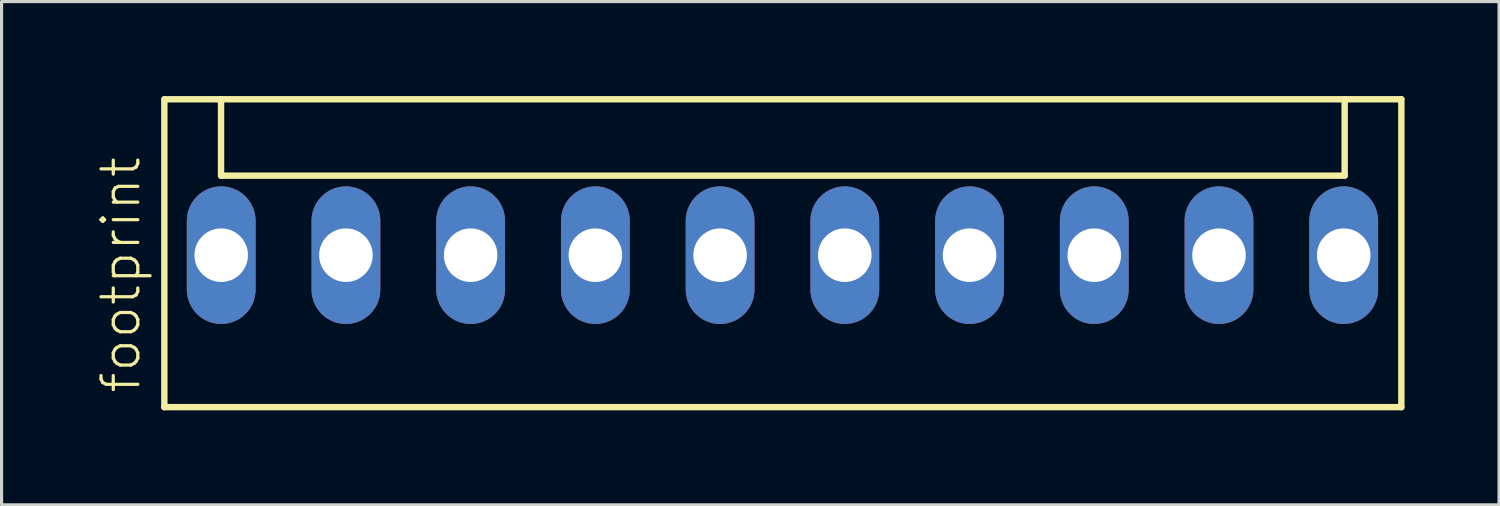
<source format=kicad_pcb>
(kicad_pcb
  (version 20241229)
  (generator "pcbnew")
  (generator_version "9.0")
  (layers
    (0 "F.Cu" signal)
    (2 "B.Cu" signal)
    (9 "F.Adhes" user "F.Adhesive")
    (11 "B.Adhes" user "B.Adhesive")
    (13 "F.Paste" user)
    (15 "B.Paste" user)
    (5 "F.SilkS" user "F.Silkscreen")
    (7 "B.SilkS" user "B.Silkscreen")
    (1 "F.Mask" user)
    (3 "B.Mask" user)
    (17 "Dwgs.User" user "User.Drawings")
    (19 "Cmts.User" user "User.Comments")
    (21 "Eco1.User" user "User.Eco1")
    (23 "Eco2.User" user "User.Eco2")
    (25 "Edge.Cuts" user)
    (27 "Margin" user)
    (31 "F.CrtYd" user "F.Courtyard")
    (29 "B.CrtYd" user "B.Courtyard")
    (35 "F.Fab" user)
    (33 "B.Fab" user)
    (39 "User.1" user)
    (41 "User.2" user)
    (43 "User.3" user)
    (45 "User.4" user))
  (footprint "footprint"
    (layer "F.Cu")
    (at 21.793 5.052)
    (property "Reference" "footprint" (at -20.32 4.445 90) (layer "F.SilkS") (effects (font (size 1.168 1.168) (thickness 0.102)) (justify left bottom)))
    (fp_line (start -19.625 -4.95) (end -19.625 4.825) (stroke (width 0.203) (type solid)) (layer "F.SilkS"))
    (fp_line (start -19.625 4.825) (end 19.65 4.825) (stroke (width 0.203) (type solid)) (layer "F.SilkS"))
    (fp_line (start -17.825 -4.95) (end -19.625 -4.95) (stroke (width 0.203) (type solid)) (layer "F.SilkS"))
    (fp_line (start -17.825 -2.525) (end -17.825 -4.95) (stroke (width 0.203) (type solid)) (layer "F.SilkS"))
    (fp_line (start -17.825 -2.525) (end 17.85 -2.525) (stroke (width 0.203) (type solid)) (layer "F.SilkS"))
    (fp_line (start 17.85 -4.95) (end -17.825 -4.95) (stroke (width 0.203) (type solid)) (layer "F.SilkS"))
    (fp_line (start 17.85 -2.525) (end 17.85 -4.95) (stroke (width 0.203) (type solid)) (layer "F.SilkS"))
    (fp_line (start 19.65 -4.95) (end 17.85 -4.95) (stroke (width 0.203) (type solid)) (layer "F.SilkS"))
    (fp_line (start 19.65 4.825) (end 19.65 -4.95) (stroke (width 0.203) (type solid)) (layer "F.SilkS"))
    (pad "1" thru_hole oval (at -17.82 0 90) (size 4.369 2.184) (drill 1.7) (layers "*.Cu" "*.Mask"))
    (pad "2" thru_hole oval (at -13.86 0 90) (size 4.369 2.184) (drill 1.7) (layers "*.Cu" "*.Mask"))
    (pad "3" thru_hole oval (at -9.9 0 90) (size 4.369 2.184) (drill 1.7) (layers "*.Cu" "*.Mask"))
    (pad "4" thru_hole oval (at -5.94 0 90) (size 4.369 2.184) (drill 1.7) (layers "*.Cu" "*.Mask"))
    (pad "5" thru_hole oval (at -1.98 0 90) (size 4.369 2.184) (drill 1.7) (layers "*.Cu" "*.Mask"))
    (pad "6" thru_hole oval (at 1.98 0 90) (size 4.369 2.184) (drill 1.7) (layers "*.Cu" "*.Mask"))
    (pad "7" thru_hole oval (at 5.94 0 90) (size 4.369 2.184) (drill 1.7) (layers "*.Cu" "*.Mask"))
    (pad "8" thru_hole oval (at 9.9 0 90) (size 4.369 2.184) (drill 1.7) (layers "*.Cu" "*.Mask"))
    (pad "9" thru_hole oval (at 13.86 0 90) (size 4.369 2.184) (drill 1.7) (layers "*.Cu" "*.Mask"))
    (pad "10" thru_hole oval (at 17.82 0 90) (size 4.369 2.184) (drill 1.7) (layers "*.Cu" "*.Mask")))
  (gr_rect
    (start -3 -3)
    (end 44.545 12.978)
    (stroke (width 0.1) (type default))
    (fill no)
    (layer "Edge.Cuts")))
</source>
